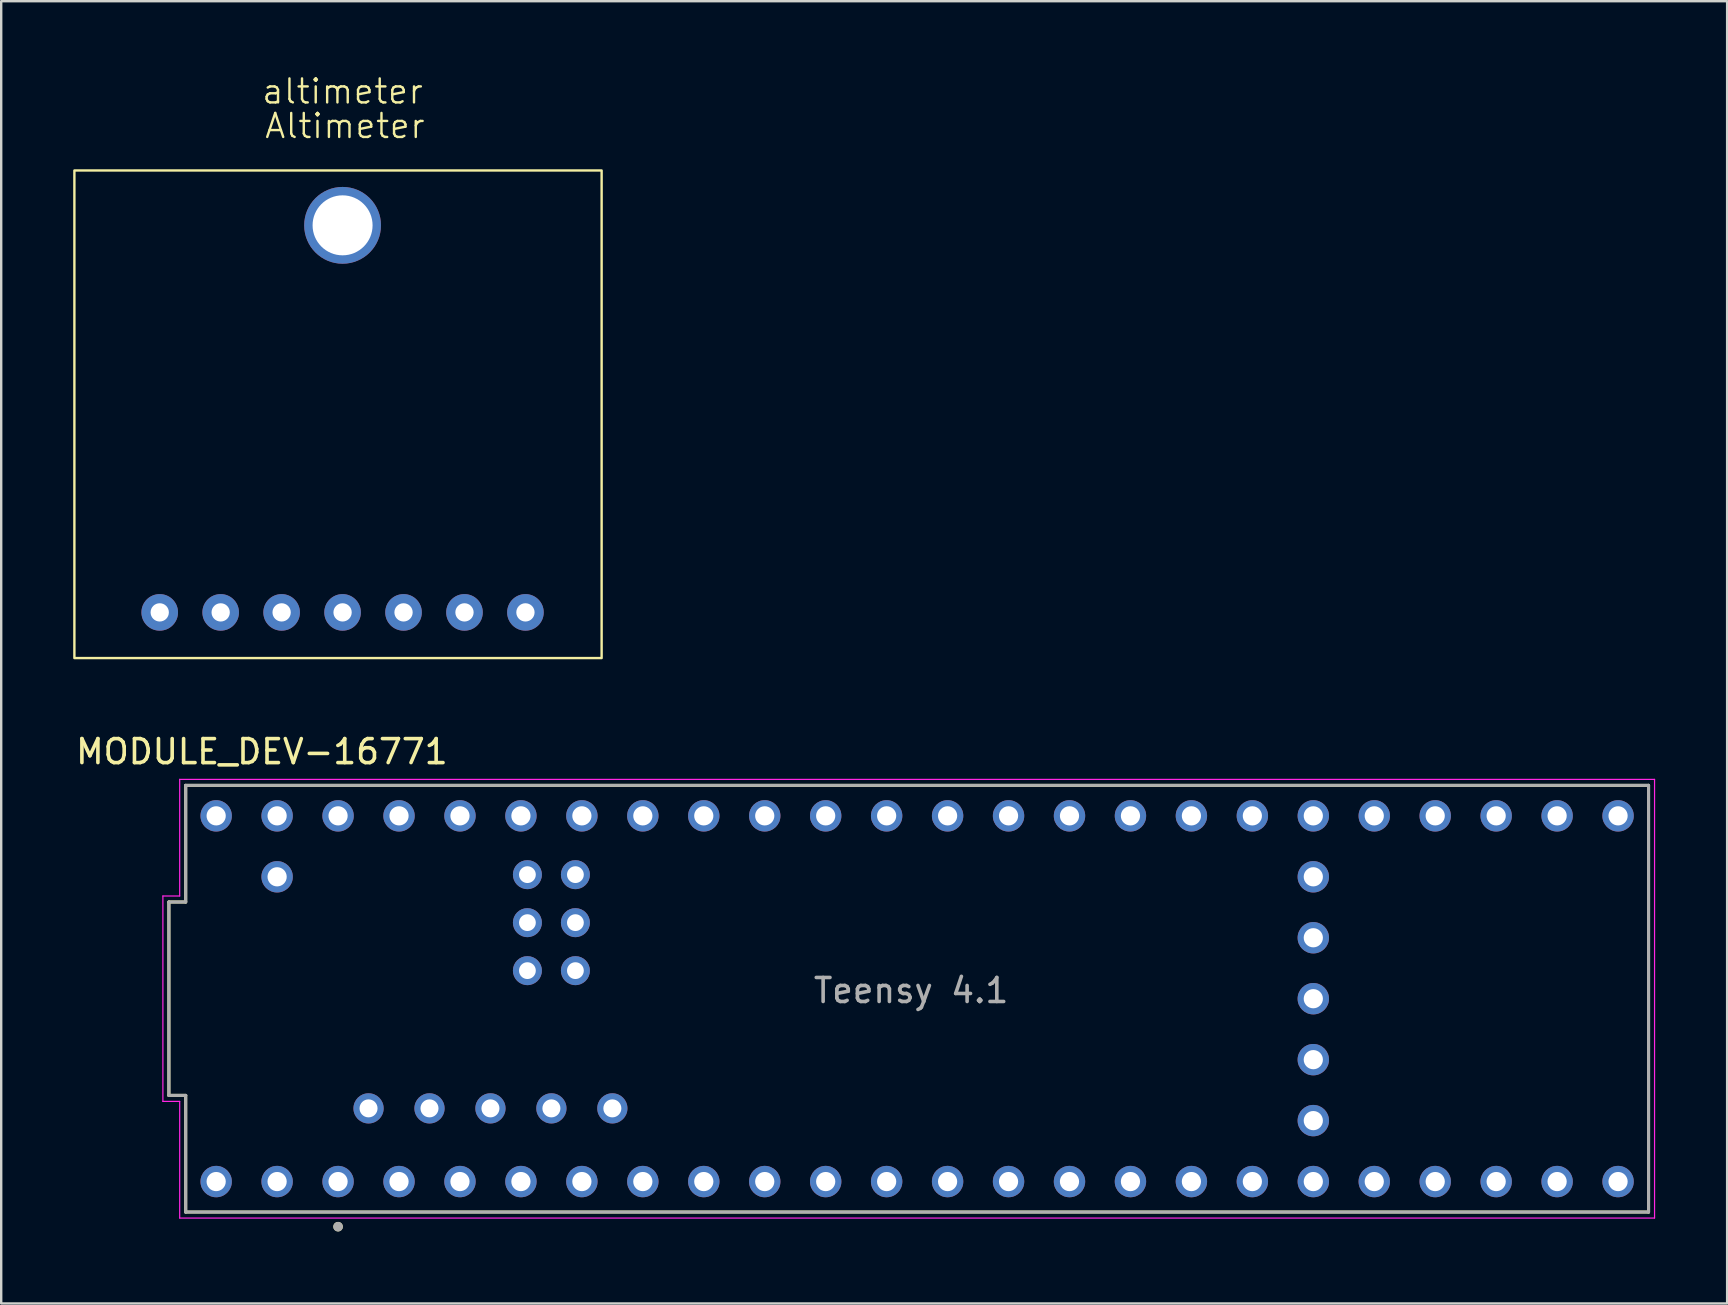
<source format=kicad_pcb>
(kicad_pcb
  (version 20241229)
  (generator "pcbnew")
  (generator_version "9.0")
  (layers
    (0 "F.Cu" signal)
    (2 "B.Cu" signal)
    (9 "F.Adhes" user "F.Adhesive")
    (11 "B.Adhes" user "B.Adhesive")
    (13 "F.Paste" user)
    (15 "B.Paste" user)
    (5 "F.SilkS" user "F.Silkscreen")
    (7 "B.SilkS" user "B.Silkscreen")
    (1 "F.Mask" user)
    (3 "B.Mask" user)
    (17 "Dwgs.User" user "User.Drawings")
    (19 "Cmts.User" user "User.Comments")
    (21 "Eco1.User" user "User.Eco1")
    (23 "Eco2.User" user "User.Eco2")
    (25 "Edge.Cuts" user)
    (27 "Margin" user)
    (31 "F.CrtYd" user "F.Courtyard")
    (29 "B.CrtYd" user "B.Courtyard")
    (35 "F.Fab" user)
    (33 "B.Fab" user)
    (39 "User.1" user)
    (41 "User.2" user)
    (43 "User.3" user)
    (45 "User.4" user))
  (footprint "MODULE_DEV-16771"
    (layer "F.Cu")
    (at 35.168 38.568)
    (property "Reference" "MODULE_DEV-16771" (at -27.305 -10.295 0) (layer "F.SilkS") (effects (font (size 1 1) (thickness 0.15))))
    (attr through_hole)
    (fp_line (start -31.18 4.03) (end -31.18 -4.03) (stroke (width 0.127) (type solid)) (layer "F.SilkS"))
    (fp_line (start -30.48 -8.89) (end -30.48 -4.03) (stroke (width 0.127) (type solid)) (layer "F.SilkS"))
    (fp_line (start -30.48 -8.89) (end 30.48 -8.89) (stroke (width 0.127) (type solid)) (layer "F.SilkS"))
    (fp_line (start -30.48 -4.03) (end -31.18 -4.03) (stroke (width 0.127) (type solid)) (layer "F.SilkS"))
    (fp_line (start -30.48 4.03) (end -31.18 4.03) (stroke (width 0.127) (type solid)) (layer "F.SilkS"))
    (fp_line (start -30.48 8.89) (end -30.48 4.03) (stroke (width 0.127) (type solid)) (layer "F.SilkS"))
    (fp_line (start 30.48 -8.89) (end 30.48 8.89) (stroke (width 0.127) (type solid)) (layer "F.SilkS"))
    (fp_line (start 30.48 8.89) (end -30.48 8.89) (stroke (width 0.127) (type solid)) (layer "F.SilkS"))
    (fp_circle (center -24.13 9.5) (end -24.03 9.5) (stroke (width 0.2) (type solid)) (fill no) (layer "F.SilkS"))
    (fp_line (start -31.43 4.28) (end -31.43 -4.28) (stroke (width 0.05) (type solid)) (layer "F.CrtYd"))
    (fp_line (start -30.73 -9.14) (end -30.73 -4.28) (stroke (width 0.05) (type solid)) (layer "F.CrtYd"))
    (fp_line (start -30.73 -9.14) (end 30.73 -9.14) (stroke (width 0.05) (type solid)) (layer "F.CrtYd"))
    (fp_line (start -30.73 -4.28) (end -31.43 -4.28) (stroke (width 0.05) (type solid)) (layer "F.CrtYd"))
    (fp_line (start -30.73 4.28) (end -31.43 4.28) (stroke (width 0.05) (type solid)) (layer "F.CrtYd"))
    (fp_line (start -30.73 9.14) (end -30.73 4.28) (stroke (width 0.05) (type solid)) (layer "F.CrtYd"))
    (fp_line (start 30.73 -9.14) (end 30.73 9.14) (stroke (width 0.05) (type solid)) (layer "F.CrtYd"))
    (fp_line (start 30.73 9.14) (end -30.73 9.14) (stroke (width 0.05) (type solid)) (layer "F.CrtYd"))
    (fp_line (start -31.18 4.03) (end -31.18 -4.03) (stroke (width 0.127) (type solid)) (layer "F.Fab"))
    (fp_line (start -30.48 -8.89) (end -30.48 -4.03) (stroke (width 0.127) (type solid)) (layer "F.Fab"))
    (fp_line (start -30.48 -8.89) (end 30.48 -8.89) (stroke (width 0.127) (type solid)) (layer "F.Fab"))
    (fp_line (start -30.48 -4.03) (end -31.18 -4.03) (stroke (width 0.127) (type solid)) (layer "F.Fab"))
    (fp_line (start -30.48 4.03) (end -31.18 4.03) (stroke (width 0.127) (type solid)) (layer "F.Fab"))
    (fp_line (start -30.48 8.89) (end -30.48 4.03) (stroke (width 0.127) (type solid)) (layer "F.Fab"))
    (fp_line (start 30.48 -8.89) (end 30.48 8.89) (stroke (width 0.127) (type solid)) (layer "F.Fab"))
    (fp_line (start 30.48 8.89) (end -30.48 8.89) (stroke (width 0.127) (type solid)) (layer "F.Fab"))
    (fp_circle (center -24.13 9.5) (end -24.03 9.5) (stroke (width 0.2) (type solid)) (fill no) (layer "F.Fab"))
    (fp_text user "Teensy 4.1" (at -0.25 -0.34 0) (layer "F.Fab") (effects (font (size 1 1) (thickness 0.15))))
    (pad "0" thru_hole circle (at -26.67 7.62) (size 1.308 1.308) (drill 0.8) (layers "*.Cu" "*.Mask"))
    (pad "1" thru_hole circle (at -24.13 7.62) (size 1.308 1.308) (drill 0.8) (layers "*.Cu" "*.Mask"))
    (pad "2" thru_hole circle (at -21.59 7.62) (size 1.308 1.308) (drill 0.8) (layers "*.Cu" "*.Mask"))
    (pad "3" thru_hole circle (at -19.05 7.62) (size 1.308 1.308) (drill 0.8) (layers "*.Cu" "*.Mask"))
    (pad "3.3V_1" thru_hole circle (at 6.35 7.62) (size 1.308 1.308) (drill 0.8) (layers "*.Cu" "*.Mask"))
    (pad "3.3V_2" thru_hole circle (at -24.13 -7.62) (size 1.308 1.308) (drill 0.8) (layers "*.Cu" "*.Mask"))
    (pad "3.3V_3" thru_hole circle (at 16.51 2.54) (size 1.308 1.308) (drill 0.8) (layers "*.Cu" "*.Mask"))
    (pad "4" thru_hole circle (at -16.51 7.62) (size 1.308 1.308) (drill 0.8) (layers "*.Cu" "*.Mask"))
    (pad "5" thru_hole circle (at -13.97 7.62) (size 1.308 1.308) (drill 0.8) (layers "*.Cu" "*.Mask"))
    (pad "5V" thru_hole circle (at -22.86 4.57) (size 1.258 1.258) (drill 0.75) (layers "*.Cu" "*.Mask"))
    (pad "6" thru_hole circle (at -11.43 7.62) (size 1.308 1.308) (drill 0.8) (layers "*.Cu" "*.Mask"))
    (pad "7" thru_hole circle (at -8.89 7.62) (size 1.308 1.308) (drill 0.8) (layers "*.Cu" "*.Mask"))
    (pad "8" thru_hole circle (at -6.35 7.62) (size 1.308 1.308) (drill 0.8) (layers "*.Cu" "*.Mask"))
    (pad "9" thru_hole circle (at -3.81 7.62) (size 1.308 1.308) (drill 0.8) (layers "*.Cu" "*.Mask"))
    (pad "10" thru_hole circle (at -1.27 7.62) (size 1.308 1.308) (drill 0.8) (layers "*.Cu" "*.Mask"))
    (pad "11" thru_hole circle (at 1.27 7.62) (size 1.308 1.308) (drill 0.8) (layers "*.Cu" "*.Mask"))
    (pad "12" thru_hole circle (at 3.81 7.62) (size 1.308 1.308) (drill 0.8) (layers "*.Cu" "*.Mask"))
    (pad "13" thru_hole circle (at 3.81 -7.62) (size 1.308 1.308) (drill 0.8) (layers "*.Cu" "*.Mask"))
    (pad "14" thru_hole circle (at 1.27 -7.62) (size 1.308 1.308) (drill 0.8) (layers "*.Cu" "*.Mask"))
    (pad "15" thru_hole circle (at -1.27 -7.62) (size 1.308 1.308) (drill 0.8) (layers "*.Cu" "*.Mask"))
    (pad "16" thru_hole circle (at -3.81 -7.62) (size 1.308 1.308) (drill 0.8) (layers "*.Cu" "*.Mask"))
    (pad "17" thru_hole circle (at -6.35 -7.62) (size 1.308 1.308) (drill 0.8) (layers "*.Cu" "*.Mask"))
    (pad "18" thru_hole circle (at -8.89 -7.62) (size 1.308 1.308) (drill 0.8) (layers "*.Cu" "*.Mask"))
    (pad "19" thru_hole circle (at -11.43 -7.62) (size 1.308 1.308) (drill 0.8) (layers "*.Cu" "*.Mask"))
    (pad "20" thru_hole circle (at -13.97 -7.62) (size 1.308 1.308) (drill 0.8) (layers "*.Cu" "*.Mask"))
    (pad "21" thru_hole circle (at -16.51 -7.62) (size 1.308 1.308) (drill 0.8) (layers "*.Cu" "*.Mask"))
    (pad "22" thru_hole circle (at -19.05 -7.62) (size 1.308 1.308) (drill 0.8) (layers "*.Cu" "*.Mask"))
    (pad "23" thru_hole circle (at -21.59 -7.62) (size 1.308 1.308) (drill 0.8) (layers "*.Cu" "*.Mask"))
    (pad "24" thru_hole circle (at 8.89 7.62) (size 1.308 1.308) (drill 0.8) (layers "*.Cu" "*.Mask"))
    (pad "25" thru_hole circle (at 11.43 7.62) (size 1.308 1.308) (drill 0.8) (layers "*.Cu" "*.Mask"))
    (pad "26" thru_hole circle (at 13.97 7.62) (size 1.308 1.308) (drill 0.8) (layers "*.Cu" "*.Mask"))
    (pad "27" thru_hole circle (at 16.51 7.62) (size 1.308 1.308) (drill 0.8) (layers "*.Cu" "*.Mask"))
    (pad "28" thru_hole circle (at 19.05 7.62) (size 1.308 1.308) (drill 0.8) (layers "*.Cu" "*.Mask"))
    (pad "29" thru_hole circle (at 21.59 7.62) (size 1.308 1.308) (drill 0.8) (layers "*.Cu" "*.Mask"))
    (pad "30" thru_hole circle (at 24.13 7.62) (size 1.308 1.308) (drill 0.8) (layers "*.Cu" "*.Mask"))
    (pad "31" thru_hole circle (at 26.67 7.62) (size 1.308 1.308) (drill 0.8) (layers "*.Cu" "*.Mask"))
    (pad "32" thru_hole circle (at 29.21 7.62) (size 1.308 1.308) (drill 0.8) (layers "*.Cu" "*.Mask"))
    (pad "33" thru_hole circle (at 29.21 -7.62) (size 1.308 1.308) (drill 0.8) (layers "*.Cu" "*.Mask"))
    (pad "34" thru_hole circle (at 26.67 -7.62) (size 1.308 1.308) (drill 0.8) (layers "*.Cu" "*.Mask"))
    (pad "35" thru_hole circle (at 24.13 -7.62) (size 1.308 1.308) (drill 0.8) (layers "*.Cu" "*.Mask"))
    (pad "36" thru_hole circle (at 21.59 -7.62) (size 1.308 1.308) (drill 0.8) (layers "*.Cu" "*.Mask"))
    (pad "37" thru_hole circle (at 19.05 -7.62) (size 1.308 1.308) (drill 0.8) (layers "*.Cu" "*.Mask"))
    (pad "38" thru_hole circle (at 16.51 -7.62) (size 1.308 1.308) (drill 0.8) (layers "*.Cu" "*.Mask"))
    (pad "39" thru_hole circle (at 13.97 -7.62) (size 1.308 1.308) (drill 0.8) (layers "*.Cu" "*.Mask"))
    (pad "40" thru_hole circle (at 11.43 -7.62) (size 1.308 1.308) (drill 0.8) (layers "*.Cu" "*.Mask"))
    (pad "41" thru_hole circle (at 8.89 -7.62) (size 1.308 1.308) (drill 0.8) (layers "*.Cu" "*.Mask"))
    (pad "D+" thru_hole circle (at -17.78 4.57) (size 1.258 1.258) (drill 0.75) (layers "*.Cu" "*.Mask"))
    (pad "D-" thru_hole circle (at -20.32 4.57) (size 1.258 1.258) (drill 0.75) (layers "*.Cu" "*.Mask"))
    (pad "GND1" thru_hole circle (at -29.21 7.62) (size 1.308 1.308) (drill 0.8) (layers "*.Cu" "*.Mask"))
    (pad "GND2" thru_hole circle (at 6.35 -7.62) (size 1.308 1.308) (drill 0.8) (layers "*.Cu" "*.Mask"))
    (pad "GND3" thru_hole circle (at -26.67 -7.62) (size 1.308 1.308) (drill 0.8) (layers "*.Cu" "*.Mask"))
    (pad "GND4" thru_hole circle (at 16.51 0) (size 1.308 1.308) (drill 0.8) (layers "*.Cu" "*.Mask"))
    (pad "GND5" thru_hole circle (at -14.24 -3.17) (size 1.208 1.208) (drill 0.7) (layers "*.Cu" "*.Mask"))
    (pad "LED" thru_hole circle (at -16.24 -3.17) (size 1.208 1.208) (drill 0.7) (layers "*.Cu" "*.Mask"))
    (pad "ON/OFF" thru_hole circle (at 16.51 -5.08) (size 1.308 1.308) (drill 0.8) (layers "*.Cu" "*.Mask"))
    (pad "PROGRAM" thru_hole circle (at 16.51 -2.54) (size 1.308 1.308) (drill 0.8) (layers "*.Cu" "*.Mask"))
    (pad "R+" thru_hole circle (at -16.24 -5.17) (size 1.208 1.208) (drill 0.7) (layers "*.Cu" "*.Mask"))
    (pad "R-" thru_hole circle (at -14.24 -5.17) (size 1.208 1.208) (drill 0.7) (layers "*.Cu" "*.Mask"))
    (pad "T+" thru_hole circle (at -14.24 -1.17) (size 1.208 1.208) (drill 0.7) (layers "*.Cu" "*.Mask"))
    (pad "T-" thru_hole circle (at -16.24 -1.17) (size 1.208 1.208) (drill 0.7) (layers "*.Cu" "*.Mask"))
    (pad "USB_GND1" thru_hole circle (at -15.24 4.57) (size 1.258 1.258) (drill 0.75) (layers "*.Cu" "*.Mask"))
    (pad "USB_GND2" thru_hole circle (at -12.7 4.57) (size 1.258 1.258) (drill 0.75) (layers "*.Cu" "*.Mask"))
    (pad "VBAT" thru_hole circle (at 16.51 5.08) (size 1.308 1.308) (drill 0.8) (layers "*.Cu" "*.Mask"))
    (pad "VIN" thru_hole circle (at -29.21 -7.62) (size 1.308 1.308) (drill 0.8) (layers "*.Cu" "*.Mask"))
    (pad "VUSB" thru_hole circle (at -26.67 -5.08) (size 1.308 1.308) (drill 0.8) (layers "*.Cu" "*.Mask")))
  (footprint "altimeter"
    (layer "F.Cu")
    (at 11.226 1.26)
    (property "Reference" "altimeter" (at 0 -0.5 0) (unlocked yes) (layer "F.SilkS") (effects (font (size 1 1) (thickness 0.1))))
    (attr through_hole)
    (fp_rect (start -11.176 23.114) (end 10.795 2.794) (stroke (width 0.1) (type default)) (fill no) (layer "F.SilkS"))
    (fp_text user "Altimeter" (at -3.302 1.524 0) (unlocked yes) (layer "F.SilkS") (effects (font (size 1 1) (thickness 0.1)) (justify left bottom)))
    (pad "1" thru_hole circle (at -7.62 21.209) (size 1.524 1.524) (drill 0.762) (layers "*.Cu" "*.Mask"))
    (pad "2" thru_hole circle (at -5.08 21.209) (size 1.524 1.524) (drill 0.762) (layers "*.Cu" "*.Mask"))
    (pad "3" thru_hole circle (at -2.54 21.209) (size 1.524 1.524) (drill 0.762) (layers "*.Cu" "*.Mask"))
    (pad "4" thru_hole circle (at 0 21.209) (size 1.524 1.524) (drill 0.762) (layers "*.Cu" "*.Mask"))
    (pad "5" thru_hole circle (at 2.54 21.209) (size 1.524 1.524) (drill 0.762) (layers "*.Cu" "*.Mask"))
    (pad "6" thru_hole circle (at 5.08 21.209) (size 1.524 1.524) (drill 0.762) (layers "*.Cu" "*.Mask"))
    (pad "7" thru_hole circle (at 7.62 21.209) (size 1.524 1.524) (drill 0.762) (layers "*.Cu" "*.Mask"))
    (pad "8" thru_hole circle (at 0 5.08) (size 3.2 3.2) (drill 2.5) (layers "*.Cu" "*.Mask")))
  (gr_rect
    (start -3 -3)
    (end 68.923 51.268)
    (stroke (width 0.1) (type default))
    (fill no)
    (layer "Edge.Cuts")))
</source>
